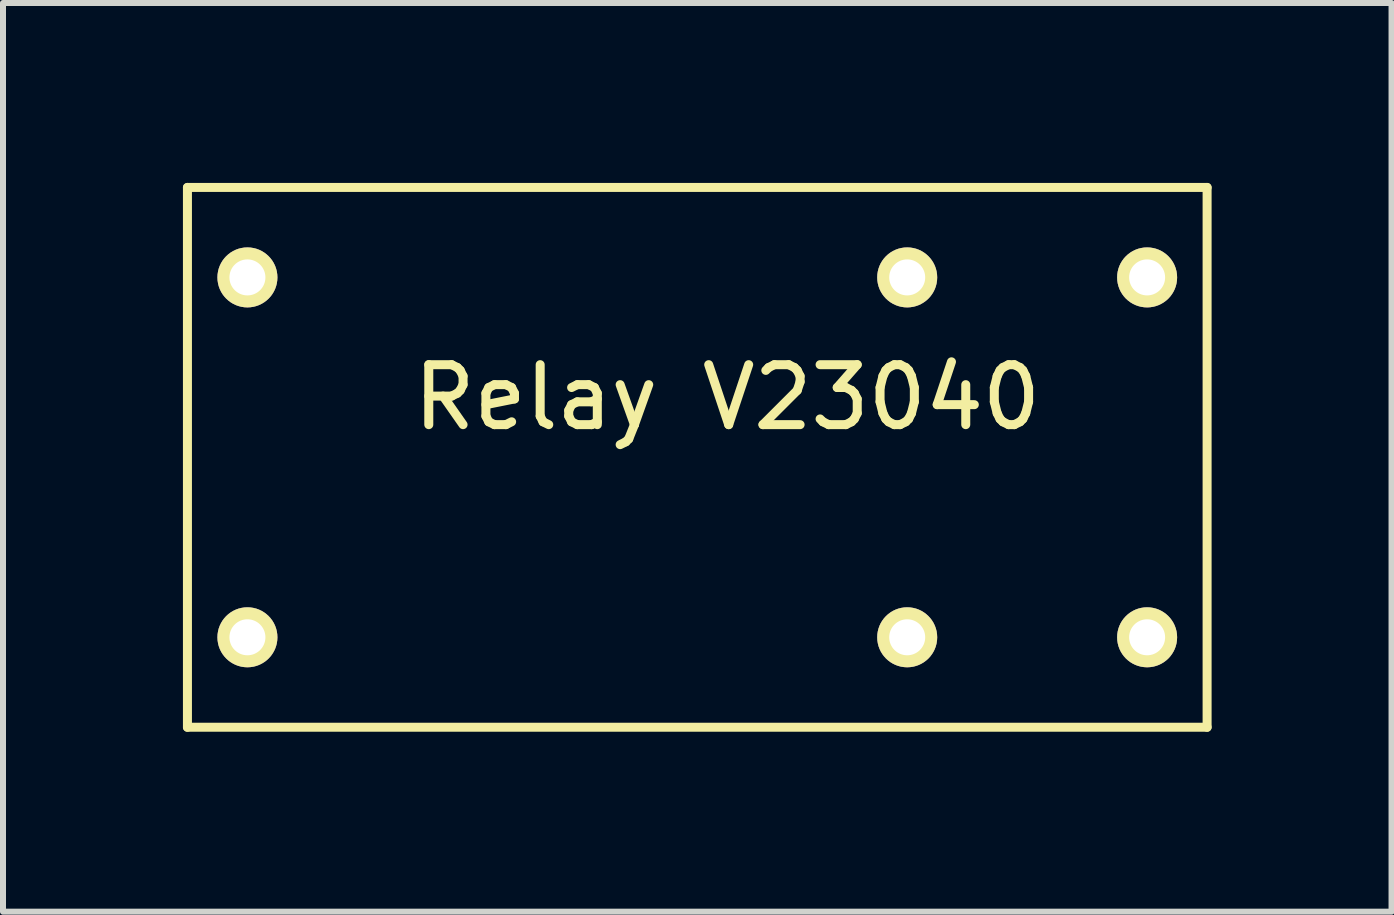
<source format=kicad_pcb>
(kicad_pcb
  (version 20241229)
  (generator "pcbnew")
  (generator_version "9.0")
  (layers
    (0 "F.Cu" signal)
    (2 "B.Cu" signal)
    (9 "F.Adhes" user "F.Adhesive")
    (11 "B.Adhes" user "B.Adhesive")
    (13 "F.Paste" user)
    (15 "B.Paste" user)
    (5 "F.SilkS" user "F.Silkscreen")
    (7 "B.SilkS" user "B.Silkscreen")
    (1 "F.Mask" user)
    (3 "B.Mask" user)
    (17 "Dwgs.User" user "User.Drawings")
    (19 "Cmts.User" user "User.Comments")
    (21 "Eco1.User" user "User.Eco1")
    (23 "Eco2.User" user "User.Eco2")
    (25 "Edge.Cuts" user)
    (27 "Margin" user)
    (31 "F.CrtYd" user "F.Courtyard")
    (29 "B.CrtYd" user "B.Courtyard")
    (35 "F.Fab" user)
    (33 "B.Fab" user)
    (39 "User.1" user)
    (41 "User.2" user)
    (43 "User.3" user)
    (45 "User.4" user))
  (footprint "Relay V23040"
    (layer "F.Cu")
    (at 12.075 4.575)
    (property "Reference" "Relay V23040" (at -3 -1 0) (layer "F.SilkS") (effects (font (size 1 1) (thickness 0.15))))
    (attr through_hole)
    (fp_line (start -12 -4.5) (end -12 4.5) (stroke (width 0.15) (type solid)) (layer "F.SilkS"))
    (fp_line (start -12 4.5) (end 5 4.5) (stroke (width 0.15) (type solid)) (layer "F.SilkS"))
    (fp_line (start 5 -4.5) (end -12 -4.5) (stroke (width 0.15) (type solid)) (layer "F.SilkS"))
    (fp_line (start 5 4.5) (end 5 -4.5) (stroke (width 0.15) (type solid)) (layer "F.SilkS"))
    (pad "1" thru_hole circle (at 0 3) (size 1 1) (drill 0.6) (layers "*.Cu" "*.Mask" "F.SilkS"))
    (pad "2" thru_hole circle (at 0 -3) (size 1 1) (drill 0.6) (layers "*.Cu" "*.Mask" "F.SilkS"))
    (pad "3" thru_hole circle (at -11 -3) (size 1 1) (drill 0.6) (layers "*.Cu" "*.Mask" "F.SilkS"))
    (pad "4" thru_hole circle (at 4 3) (size 1 1) (drill 0.6) (layers "*.Cu" "*.Mask" "F.SilkS"))
    (pad "5" thru_hole circle (at -11 3) (size 1 1) (drill 0.6) (layers "*.Cu" "*.Mask" "F.SilkS"))
    (pad "6" thru_hole circle (at 4 -3) (size 1 1) (drill 0.6) (layers "*.Cu" "*.Mask" "F.SilkS")))
  (gr_rect
    (start -3 -3)
    (end 20.15 12.15)
    (stroke (width 0.1) (type default))
    (fill no)
    (layer "Edge.Cuts")))
</source>
